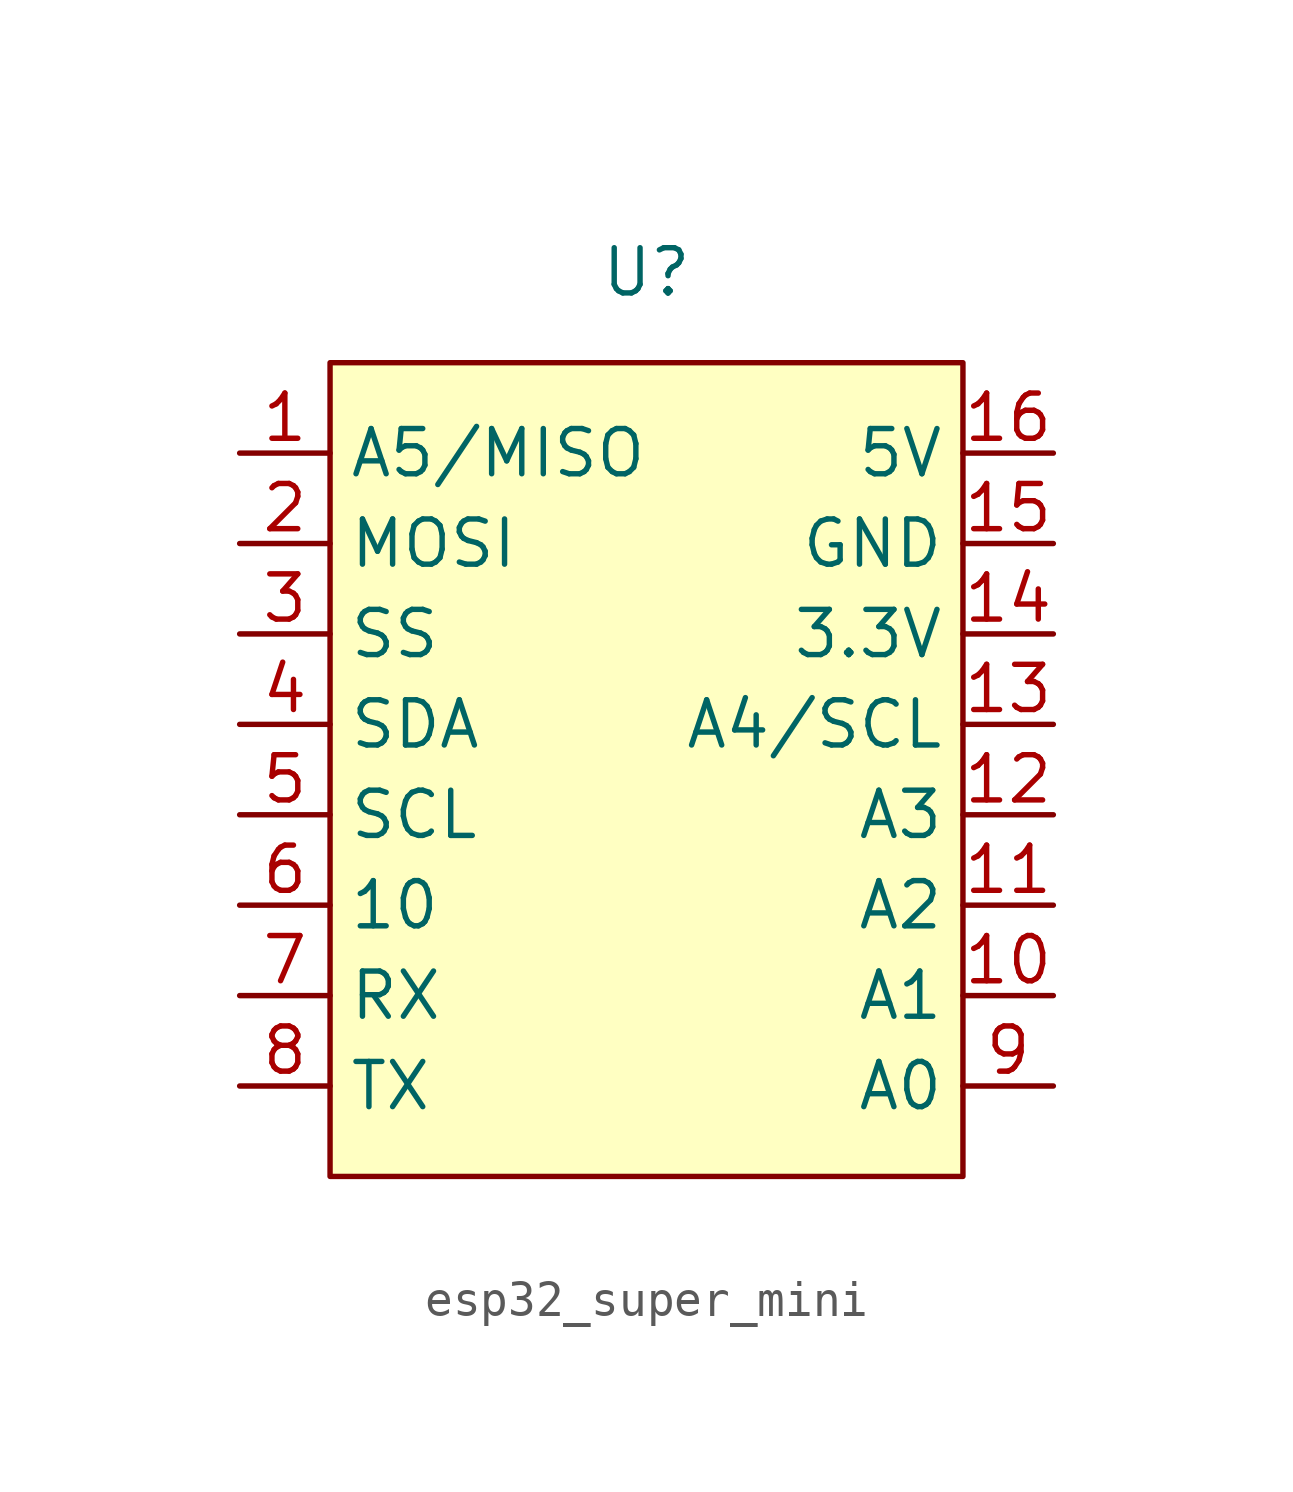
<source format=kicad_sym>
(kicad_symbol_lib
  (version 20220914)
  (generator kicad_symbol_editor)
  (symbol "esp32_super_mini"
    (property "Reference" "U"
      (at 0 13.97 0)
      (effects (font (size 1.27 1.27))))
    (property "Value" ""
      (at -7.62 5.08 0)
      (effects (font (size 1.27 1.27))))
    (symbol "esp32_super_mini_1_1"
      (rectangle (start -8.89 11.43) (end 8.89 -11.43) (stroke (width 0) (type default)) (fill (type background)))
      (pin input line (at -11.43 8.89 0) (length 2.54) (name "A5/MISO" (effects (font (size 1.27 1.27)))) (number "1" (effects (font (size 1.27 1.27)))))
      (pin input line (at 11.43 -6.35 180) (length 2.54) (name "A1" (effects (font (size 1.27 1.27)))) (number "10" (effects (font (size 1.27 1.27)))))
      (pin input line (at 11.43 -3.81 180) (length 2.54) (name "A2" (effects (font (size 1.27 1.27)))) (number "11" (effects (font (size 1.27 1.27)))))
      (pin input line (at 11.43 -1.27 180) (length 2.54) (name "A3" (effects (font (size 1.27 1.27)))) (number "12" (effects (font (size 1.27 1.27)))))
      (pin input line (at 11.43 1.27 180) (length 2.54) (name "A4/SCL" (effects (font (size 1.27 1.27)))) (number "13" (effects (font (size 1.27 1.27)))))
      (pin input line (at 11.43 3.81 180) (length 2.54) (name "3.3V" (effects (font (size 1.27 1.27)))) (number "14" (effects (font (size 1.27 1.27)))))
      (pin input line (at 11.43 6.35 180) (length 2.54) (name "GND" (effects (font (size 1.27 1.27)))) (number "15" (effects (font (size 1.27 1.27)))))
      (pin input line (at 11.43 8.89 180) (length 2.54) (name "5V" (effects (font (size 1.27 1.27)))) (number "16" (effects (font (size 1.27 1.27)))))
      (pin input line (at -11.43 6.35 0) (length 2.54) (name "MOSI" (effects (font (size 1.27 1.27)))) (number "2" (effects (font (size 1.27 1.27)))))
      (pin input line (at -11.43 3.81 0) (length 2.54) (name "SS" (effects (font (size 1.27 1.27)))) (number "3" (effects (font (size 1.27 1.27)))))
      (pin input line (at -11.43 1.27 0) (length 2.54) (name "SDA" (effects (font (size 1.27 1.27)))) (number "4" (effects (font (size 1.27 1.27)))))
      (pin input line (at -11.43 -1.27 0) (length 2.54) (name "SCL" (effects (font (size 1.27 1.27)))) (number "5" (effects (font (size 1.27 1.27)))))
      (pin input line (at -11.43 -3.81 0) (length 2.54) (name "10" (effects (font (size 1.27 1.27)))) (number "6" (effects (font (size 1.27 1.27)))))
      (pin input line (at -11.43 -6.35 0) (length 2.54) (name "RX" (effects (font (size 1.27 1.27)))) (number "7" (effects (font (size 1.27 1.27)))))
      (pin input line (at -11.43 -8.89 0) (length 2.54) (name "TX" (effects (font (size 1.27 1.27)))) (number "8" (effects (font (size 1.27 1.27)))))
      (pin input line (at 11.43 -8.89 180) (length 2.54) (name "A0" (effects (font (size 1.27 1.27)))) (number "9" (effects (font (size 1.27 1.27))))))))
</source>
